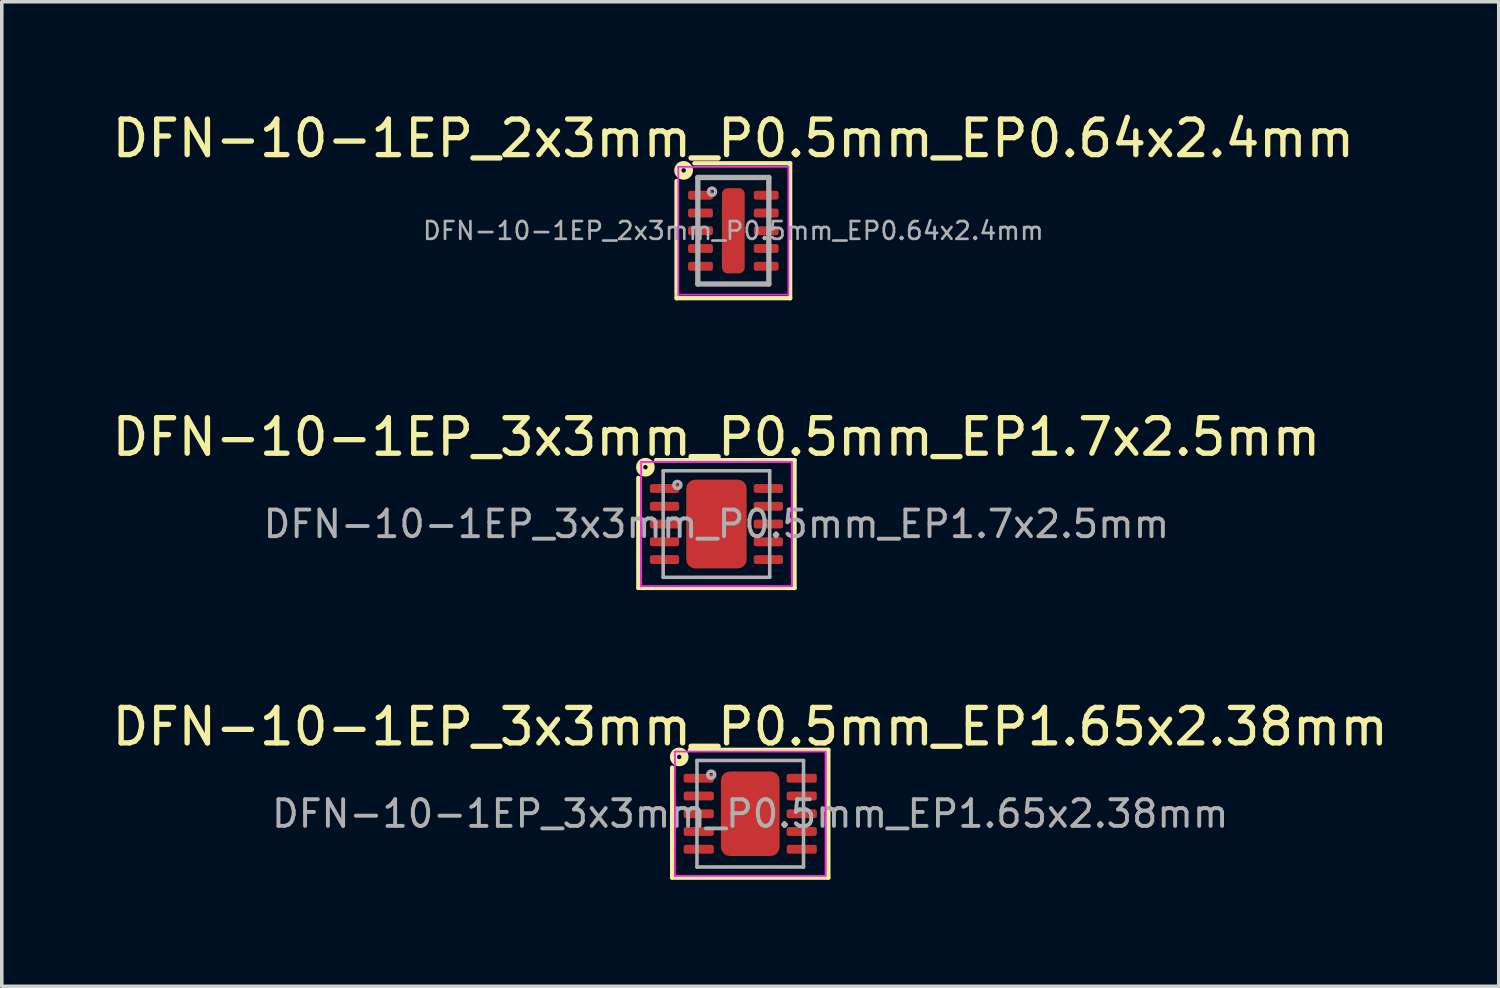
<source format=kicad_pcb>
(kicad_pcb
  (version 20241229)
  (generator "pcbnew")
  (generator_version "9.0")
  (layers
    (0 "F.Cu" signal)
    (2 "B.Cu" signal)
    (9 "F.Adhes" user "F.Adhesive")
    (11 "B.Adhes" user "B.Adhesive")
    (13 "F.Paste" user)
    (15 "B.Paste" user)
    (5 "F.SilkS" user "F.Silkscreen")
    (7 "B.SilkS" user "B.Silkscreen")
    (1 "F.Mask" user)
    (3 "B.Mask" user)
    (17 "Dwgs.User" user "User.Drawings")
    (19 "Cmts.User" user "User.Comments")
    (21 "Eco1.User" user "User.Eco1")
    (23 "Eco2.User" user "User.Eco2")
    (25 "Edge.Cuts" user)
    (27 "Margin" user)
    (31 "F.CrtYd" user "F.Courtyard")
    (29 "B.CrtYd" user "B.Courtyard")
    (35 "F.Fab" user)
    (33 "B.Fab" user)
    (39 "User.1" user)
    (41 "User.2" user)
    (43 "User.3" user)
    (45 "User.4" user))
  (footprint "DFN-10-1EP_3x3mm_P0.5mm_EP1.65x2.38mm"
    (layer "F.Cu")
    (at 18.077 19.865)
    (property "Reference" "DFN-10-1EP_3x3mm_P0.5mm_EP1.65x2.38mm" (at 0 -2.45 0) (layer "F.SilkS") (effects (font (size 1 1) (thickness 0.15))))
    (attr smd)
    (fp_line (start -2.2 1.8) (end -2.2 -1.3) (stroke (width 0.12) (type solid)) (layer "F.SilkS"))
    (fp_line (start -1.7 -1.8) (end 2.2 -1.8) (stroke (width 0.12) (type solid)) (layer "F.SilkS"))
    (fp_line (start 2.2 -1.8) (end 2.2 1.8) (stroke (width 0.12) (type solid)) (layer "F.SilkS"))
    (fp_line (start 2.2 1.8) (end -2.2 1.8) (stroke (width 0.12) (type solid)) (layer "F.SilkS"))
    (fp_circle (center -2 -1.6) (end -1.937 -1.6) (stroke (width 0.2) (type solid)) (fill no) (layer "F.SilkS"))
    (fp_line (start -2.12 -1.75) (end -2.12 1.75) (stroke (width 0.05) (type solid)) (layer "F.CrtYd"))
    (fp_line (start -2.12 1.75) (end 2.12 1.75) (stroke (width 0.05) (type solid)) (layer "F.CrtYd"))
    (fp_line (start 2.12 -1.75) (end -2.12 -1.75) (stroke (width 0.05) (type solid)) (layer "F.CrtYd"))
    (fp_line (start 2.12 1.75) (end 2.12 -1.75) (stroke (width 0.05) (type solid)) (layer "F.CrtYd"))
    (fp_line (start -1.5 -1.5) (end 1.5 -1.5) (stroke (width 0.1) (type solid)) (layer "F.Fab"))
    (fp_line (start -1.5 1.5) (end -1.5 -1.5) (stroke (width 0.1) (type solid)) (layer "F.Fab"))
    (fp_line (start 1.5 -1.5) (end 1.5 1.5) (stroke (width 0.1) (type solid)) (layer "F.Fab"))
    (fp_line (start 1.5 1.5) (end -1.5 1.5) (stroke (width 0.1) (type solid)) (layer "F.Fab"))
    (fp_circle (center -1.1 -1.1) (end -1 -1.1) (stroke (width 0.1) (type solid)) (fill no) (layer "F.Fab"))
    (fp_text user "${REFERENCE}" (at 0 0 0) (layer "F.Fab") (effects (font (size 0.75 0.75) (thickness 0.11))))
    (pad "" smd roundrect (at -0.41 -0.595) (size 0.67 0.96) (layers "F.Paste") (roundrect_rratio 0.25))
    (pad "" smd roundrect (at -0.41 0.595) (size 0.67 0.96) (layers "F.Paste") (roundrect_rratio 0.25))
    (pad "" smd roundrect (at 0.41 -0.595) (size 0.67 0.96) (layers "F.Paste") (roundrect_rratio 0.25))
    (pad "" smd roundrect (at 0.41 0.595) (size 0.67 0.96) (layers "F.Paste") (roundrect_rratio 0.25))
    (pad "1" smd roundrect (at -1.45 -1) (size 0.85 0.25) (layers "F.Cu" "F.Mask" "F.Paste") (roundrect_rratio 0.25))
    (pad "2" smd roundrect (at -1.45 -0.5) (size 0.85 0.25) (layers "F.Cu" "F.Mask" "F.Paste") (roundrect_rratio 0.25))
    (pad "3" smd roundrect (at -1.45 0) (size 0.85 0.25) (layers "F.Cu" "F.Mask" "F.Paste") (roundrect_rratio 0.25))
    (pad "4" smd roundrect (at -1.45 0.5) (size 0.85 0.25) (layers "F.Cu" "F.Mask" "F.Paste") (roundrect_rratio 0.25))
    (pad "5" smd roundrect (at -1.45 1) (size 0.85 0.25) (layers "F.Cu" "F.Mask" "F.Paste") (roundrect_rratio 0.25))
    (pad "6" smd roundrect (at 1.45 1) (size 0.85 0.25) (layers "F.Cu" "F.Mask" "F.Paste") (roundrect_rratio 0.25))
    (pad "7" smd roundrect (at 1.45 0.5) (size 0.85 0.25) (layers "F.Cu" "F.Mask" "F.Paste") (roundrect_rratio 0.25))
    (pad "8" smd roundrect (at 1.45 0) (size 0.85 0.25) (layers "F.Cu" "F.Mask" "F.Paste") (roundrect_rratio 0.25))
    (pad "9" smd roundrect (at 1.45 -0.5) (size 0.85 0.25) (layers "F.Cu" "F.Mask" "F.Paste") (roundrect_rratio 0.25))
    (pad "10" smd roundrect (at 1.45 -1) (size 0.85 0.25) (layers "F.Cu" "F.Mask" "F.Paste") (roundrect_rratio 0.25))
    (pad "11" smd roundrect (at 0 0) (size 1.65 2.38) (layers "F.Cu" "F.Mask") (roundrect_rratio 0.152)))
  (footprint "DFN-10-1EP_3x3mm_P0.5mm_EP1.7x2.5mm"
    (layer "F.Cu")
    (at 17.125 11.707)
    (property "Reference" "DFN-10-1EP_3x3mm_P0.5mm_EP1.7x2.5mm" (at 0 -2.45 0) (layer "F.SilkS") (effects (font (size 1 1) (thickness 0.15))))
    (attr smd)
    (fp_line (start -2.2 1.8) (end -2.2 -1.3) (stroke (width 0.12) (type solid)) (layer "F.SilkS"))
    (fp_line (start -1.7 -1.8) (end 2.2 -1.8) (stroke (width 0.12) (type solid)) (layer "F.SilkS"))
    (fp_line (start 2.2 -1.8) (end 2.2 1.8) (stroke (width 0.12) (type solid)) (layer "F.SilkS"))
    (fp_line (start 2.2 1.8) (end -2.2 1.8) (stroke (width 0.12) (type solid)) (layer "F.SilkS"))
    (fp_circle (center -2 -1.6) (end -1.937 -1.6) (stroke (width 0.2) (type solid)) (fill no) (layer "F.SilkS"))
    (fp_line (start -2.12 -1.75) (end -2.12 1.75) (stroke (width 0.05) (type solid)) (layer "F.CrtYd"))
    (fp_line (start -2.12 1.75) (end 2.12 1.75) (stroke (width 0.05) (type solid)) (layer "F.CrtYd"))
    (fp_line (start 2.12 -1.75) (end -2.12 -1.75) (stroke (width 0.05) (type solid)) (layer "F.CrtYd"))
    (fp_line (start 2.12 1.75) (end 2.12 -1.75) (stroke (width 0.05) (type solid)) (layer "F.CrtYd"))
    (fp_line (start -1.5 -1.5) (end 1.5 -1.5) (stroke (width 0.1) (type solid)) (layer "F.Fab"))
    (fp_line (start -1.5 1.5) (end -1.5 -1.5) (stroke (width 0.1) (type solid)) (layer "F.Fab"))
    (fp_line (start 1.5 -1.5) (end 1.5 1.5) (stroke (width 0.1) (type solid)) (layer "F.Fab"))
    (fp_line (start 1.5 1.5) (end -1.5 1.5) (stroke (width 0.1) (type solid)) (layer "F.Fab"))
    (fp_circle (center -1.1 -1.1) (end -1 -1.1) (stroke (width 0.1) (type solid)) (fill no) (layer "F.Fab"))
    (fp_text user "${REFERENCE}" (at 0 0 0) (layer "F.Fab") (effects (font (size 0.75 0.75) (thickness 0.11))))
    (pad "" smd roundrect (at -0.425 -0.625) (size 0.69 1.01) (layers "F.Paste") (roundrect_rratio 0.25))
    (pad "" smd roundrect (at -0.425 0.625) (size 0.69 1.01) (layers "F.Paste") (roundrect_rratio 0.25))
    (pad "" smd roundrect (at 0.425 -0.625) (size 0.69 1.01) (layers "F.Paste") (roundrect_rratio 0.25))
    (pad "" smd roundrect (at 0.425 0.625) (size 0.69 1.01) (layers "F.Paste") (roundrect_rratio 0.25))
    (pad "1" smd roundrect (at -1.462 -1) (size 0.825 0.25) (layers "F.Cu" "F.Mask" "F.Paste") (roundrect_rratio 0.25))
    (pad "2" smd roundrect (at -1.462 -0.5) (size 0.825 0.25) (layers "F.Cu" "F.Mask" "F.Paste") (roundrect_rratio 0.25))
    (pad "3" smd roundrect (at -1.462 0) (size 0.825 0.25) (layers "F.Cu" "F.Mask" "F.Paste") (roundrect_rratio 0.25))
    (pad "4" smd roundrect (at -1.462 0.5) (size 0.825 0.25) (layers "F.Cu" "F.Mask" "F.Paste") (roundrect_rratio 0.25))
    (pad "5" smd roundrect (at -1.462 1) (size 0.825 0.25) (layers "F.Cu" "F.Mask" "F.Paste") (roundrect_rratio 0.25))
    (pad "6" smd roundrect (at 1.462 1) (size 0.825 0.25) (layers "F.Cu" "F.Mask" "F.Paste") (roundrect_rratio 0.25))
    (pad "7" smd roundrect (at 1.462 0.5) (size 0.825 0.25) (layers "F.Cu" "F.Mask" "F.Paste") (roundrect_rratio 0.25))
    (pad "8" smd roundrect (at 1.462 0) (size 0.825 0.25) (layers "F.Cu" "F.Mask" "F.Paste") (roundrect_rratio 0.25))
    (pad "9" smd roundrect (at 1.462 -0.5) (size 0.825 0.25) (layers "F.Cu" "F.Mask" "F.Paste") (roundrect_rratio 0.25))
    (pad "10" smd roundrect (at 1.462 -1) (size 0.825 0.25) (layers "F.Cu" "F.Mask" "F.Paste") (roundrect_rratio 0.25))
    (pad "11" smd roundrect (at 0 0) (size 1.7 2.5) (layers "F.Cu" "F.Mask") (roundrect_rratio 0.147)))
  (footprint "DFN-10-1EP_2x3mm_P0.5mm_EP0.64x2.4mm"
    (layer "F.Cu")
    (at 17.601 3.448)
    (property "Reference" "DFN-10-1EP_2x3mm_P0.5mm_EP0.64x2.4mm" (at 0 -2.6 0) (layer "F.SilkS") (effects (font (size 1 1) (thickness 0.15))))
    (attr smd)
    (fp_line (start -1.6 1.9) (end -1.6 -1.4) (stroke (width 0.12) (type solid)) (layer "F.SilkS"))
    (fp_line (start -1.1 -1.9) (end 1.6 -1.9) (stroke (width 0.12) (type solid)) (layer "F.SilkS"))
    (fp_line (start 1.6 -1.9) (end 1.6 1.9) (stroke (width 0.12) (type solid)) (layer "F.SilkS"))
    (fp_line (start 1.6 1.9) (end -1.6 1.9) (stroke (width 0.12) (type solid)) (layer "F.SilkS"))
    (fp_circle (center -1.4 -1.7) (end -1.337 -1.7) (stroke (width 0.2) (type solid)) (fill no) (layer "F.SilkS"))
    (fp_line (start -1.55 -1.8) (end -1.55 1.8) (stroke (width 0.05) (type solid)) (layer "F.CrtYd"))
    (fp_line (start -1.55 -1.8) (end 1.55 -1.8) (stroke (width 0.05) (type solid)) (layer "F.CrtYd"))
    (fp_line (start -1.55 1.8) (end 1.55 1.8) (stroke (width 0.05) (type solid)) (layer "F.CrtYd"))
    (fp_line (start 1.55 -1.8) (end 1.55 1.8) (stroke (width 0.05) (type solid)) (layer "F.CrtYd"))
    (fp_line (start -1 -1.5) (end 1 -1.5) (stroke (width 0.15) (type solid)) (layer "F.Fab"))
    (fp_line (start -1 1.5) (end -1 -1.5) (stroke (width 0.15) (type solid)) (layer "F.Fab"))
    (fp_line (start 1 -1.5) (end 1 1.5) (stroke (width 0.15) (type solid)) (layer "F.Fab"))
    (fp_line (start 1 1.5) (end -1 1.5) (stroke (width 0.15) (type solid)) (layer "F.Fab"))
    (fp_circle (center -0.6 -1.1) (end -0.5 -1.1) (stroke (width 0.1) (type solid)) (fill no) (layer "F.Fab"))
    (fp_text user "${REFERENCE}" (at 0 0 0) (layer "F.Fab") (effects (font (size 0.5 0.5) (thickness 0.075))))
    (pad "" smd roundrect (at 0 -0.6) (size 0.5 1) (layers "F.Paste") (roundrect_rratio 0.25))
    (pad "" smd roundrect (at 0 0.6) (size 0.5 1) (layers "F.Paste") (roundrect_rratio 0.25))
    (pad "1" smd roundrect (at -0.925 -1) (size 0.7 0.25) (layers "F.Cu" "F.Mask" "F.Paste") (roundrect_rratio 0.25))
    (pad "2" smd roundrect (at -0.925 -0.5) (size 0.7 0.25) (layers "F.Cu" "F.Mask" "F.Paste") (roundrect_rratio 0.25))
    (pad "3" smd roundrect (at -0.925 0) (size 0.7 0.25) (layers "F.Cu" "F.Mask" "F.Paste") (roundrect_rratio 0.25))
    (pad "4" smd roundrect (at -0.925 0.5) (size 0.7 0.25) (layers "F.Cu" "F.Mask" "F.Paste") (roundrect_rratio 0.25))
    (pad "5" smd roundrect (at -0.925 1) (size 0.7 0.25) (layers "F.Cu" "F.Mask" "F.Paste") (roundrect_rratio 0.25))
    (pad "6" smd roundrect (at 0.925 1) (size 0.7 0.25) (layers "F.Cu" "F.Mask" "F.Paste") (roundrect_rratio 0.25))
    (pad "7" smd roundrect (at 0.925 0.5) (size 0.7 0.25) (layers "F.Cu" "F.Mask" "F.Paste") (roundrect_rratio 0.25))
    (pad "8" smd roundrect (at 0.925 0) (size 0.7 0.25) (layers "F.Cu" "F.Mask" "F.Paste") (roundrect_rratio 0.25))
    (pad "9" smd roundrect (at 0.925 -0.5) (size 0.7 0.25) (layers "F.Cu" "F.Mask" "F.Paste") (roundrect_rratio 0.25))
    (pad "10" smd roundrect (at 0.925 -1) (size 0.7 0.25) (layers "F.Cu" "F.Mask" "F.Paste") (roundrect_rratio 0.25))
    (pad "11" smd roundrect (at 0 0) (size 0.64 2.4) (layers "F.Cu" "F.Mask") (roundrect_rratio 0.25)))
  (gr_rect
    (start -3 -3)
    (end 39.155 24.725)
    (stroke (width 0.1) (type default))
    (fill no)
    (layer "Edge.Cuts")))
</source>
